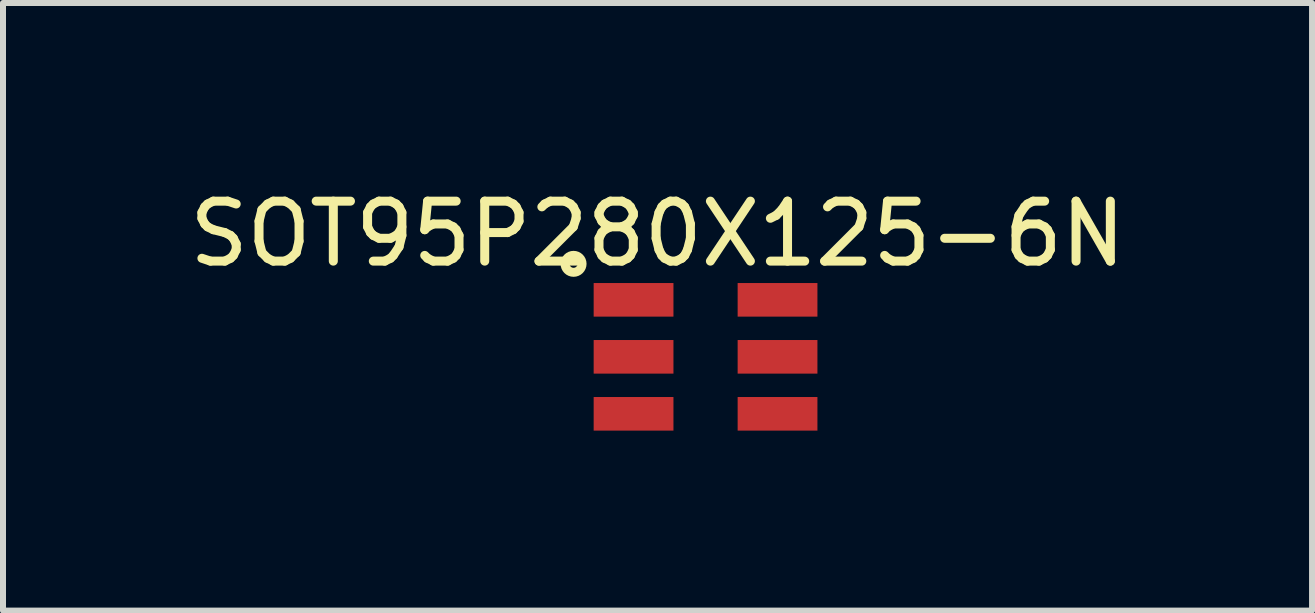
<source format=kicad_pcb>
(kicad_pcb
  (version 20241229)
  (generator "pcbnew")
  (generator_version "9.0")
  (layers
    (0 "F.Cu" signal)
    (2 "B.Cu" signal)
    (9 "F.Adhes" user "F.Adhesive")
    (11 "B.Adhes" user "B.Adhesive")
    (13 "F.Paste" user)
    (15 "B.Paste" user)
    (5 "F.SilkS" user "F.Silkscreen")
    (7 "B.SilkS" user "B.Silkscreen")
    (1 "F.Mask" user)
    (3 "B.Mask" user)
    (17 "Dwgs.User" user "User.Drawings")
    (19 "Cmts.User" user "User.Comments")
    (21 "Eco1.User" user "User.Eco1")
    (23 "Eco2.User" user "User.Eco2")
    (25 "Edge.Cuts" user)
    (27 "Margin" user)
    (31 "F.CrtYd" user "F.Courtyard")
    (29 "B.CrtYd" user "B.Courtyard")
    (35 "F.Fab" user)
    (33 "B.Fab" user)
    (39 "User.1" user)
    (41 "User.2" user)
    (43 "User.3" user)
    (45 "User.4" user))
  (footprint "SOT95P280X125-6N"
    (layer "F.Cu")
    (at 8.711 1.948)
    (property "Reference" "SOT95P280X125-6N" (at -0.8 -1.1 0) (layer "F.SilkS") (effects (font (size 1 1) (thickness 0.15))))
    (attr through_hole)
    (fp_circle (center -2.2 -0.6) (end -2.1 -0.5) (stroke (width 0.15) (type solid)) (fill no) (layer "F.SilkS"))
    (pad "1" smd rect (at -1.2 0) (size 1.33 0.56) (layers "F.Cu" "F.Mask" "F.Paste"))
    (pad "2" smd rect (at -1.2 0.95) (size 1.33 0.56) (layers "F.Cu" "F.Mask" "F.Paste"))
    (pad "3" smd rect (at -1.2 1.9) (size 1.33 0.56) (layers "F.Cu" "F.Mask" "F.Paste"))
    (pad "4" smd rect (at 1.2 1.9) (size 1.33 0.56) (layers "F.Cu" "F.Mask" "F.Paste"))
    (pad "5" smd rect (at 1.2 0.95) (size 1.33 0.56) (layers "F.Cu" "F.Mask" "F.Paste"))
    (pad "6" smd rect (at 1.2 0) (size 1.33 0.56) (layers "F.Cu" "F.Mask" "F.Paste")))
  (gr_rect
    (start -3 -3)
    (end 18.821 7.128)
    (stroke (width 0.1) (type default))
    (fill no)
    (layer "Edge.Cuts")))
</source>
